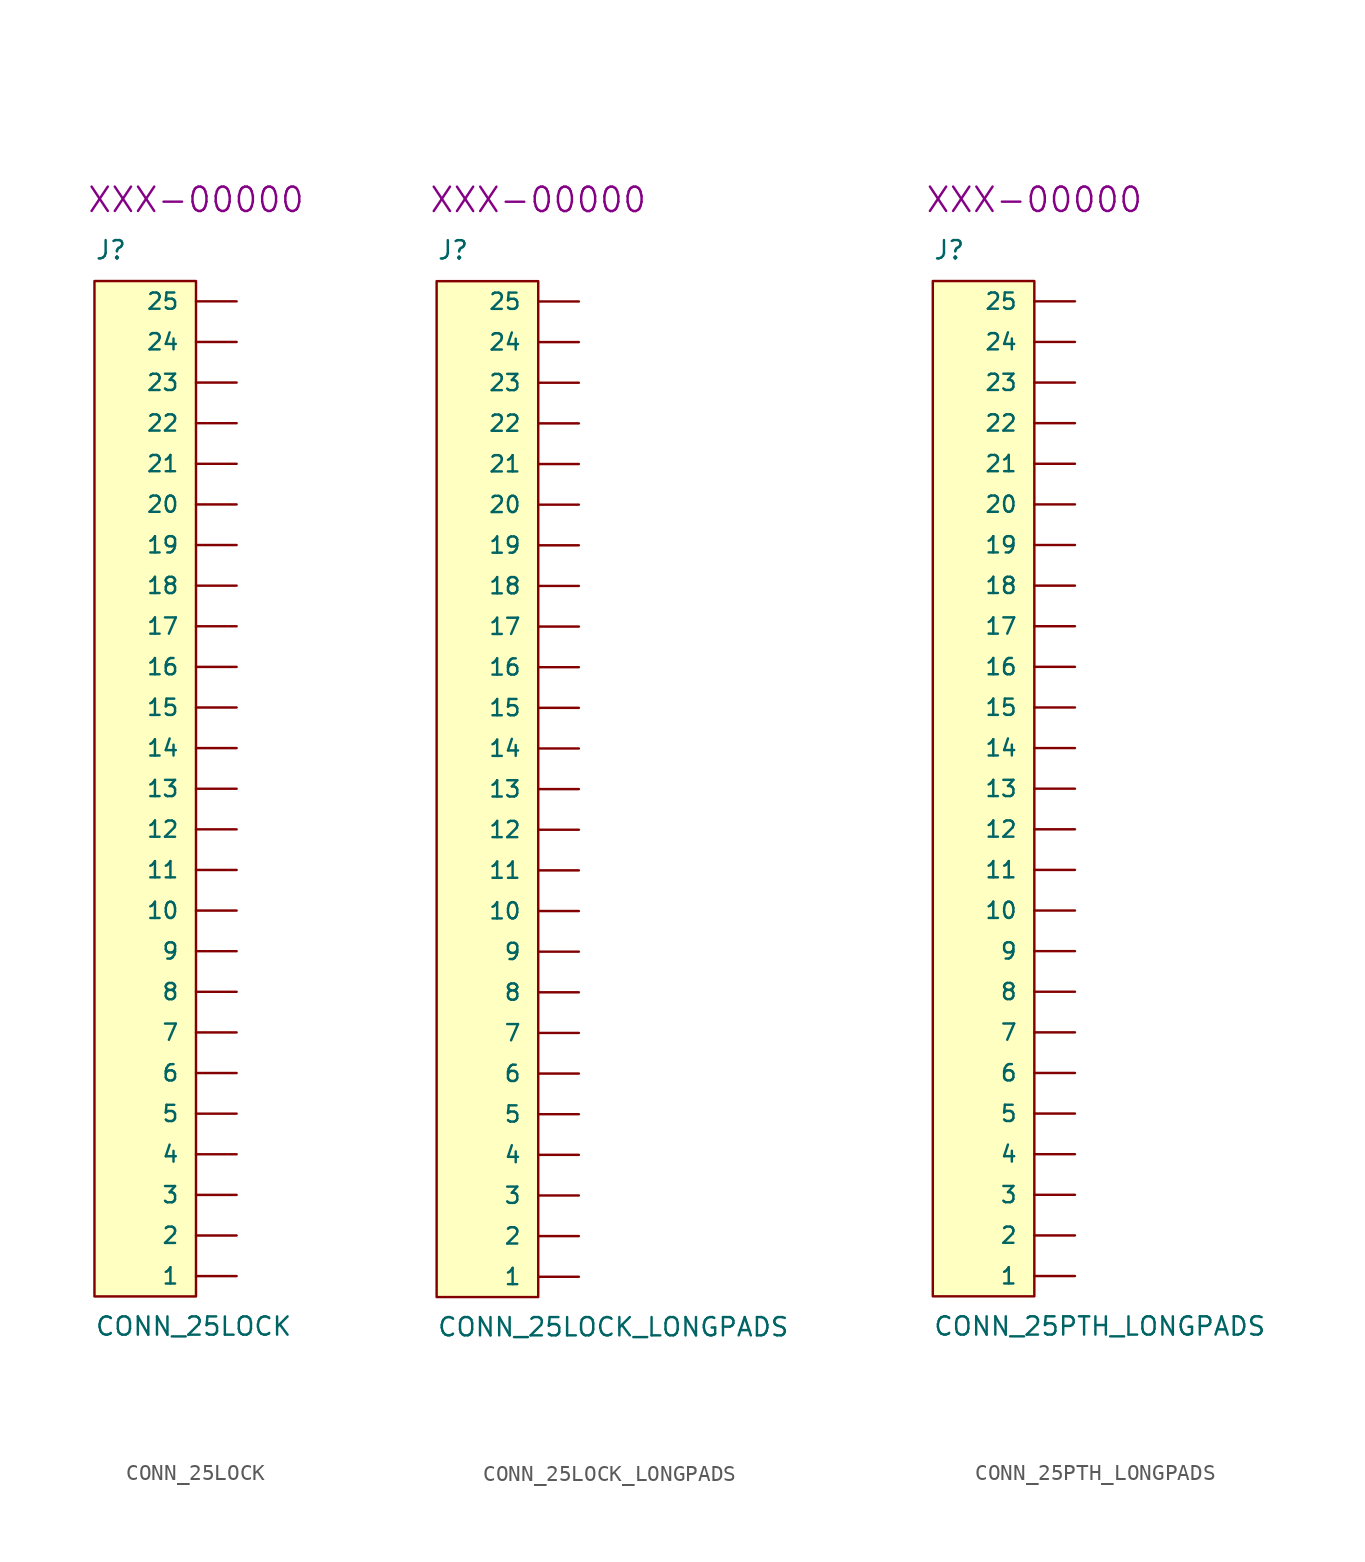
<source format=kicad_sym>
(kicad_symbol_lib
  (version 20201005)
  (generator kicad_symbol_editor)
  (symbol "CONN_25LOCK"
    (pin_numbers hide)
    (pin_names
      (offset 1.016))
    (property "Reference" "J"
      (at -6.35 63.5 0)
      (effects (font (size 1.143 1.143)) (justify left bottom)))
    (property "Value" "CONN_25LOCK"
      (at -6.35 -3.81 0)
      (effects (font (size 1.143 1.143)) (justify left bottom)))
    (property "Field4" "XXX-00000"
      (at 0 67.31 0)
      (effects (font (size 1.524 1.524))))
    (property "ki_locked" ""
      (at 0 0 0)
      (effects (font (size 1.27 1.27))))
    (symbol "CONN_25LOCK_0_1"
      (rectangle (start 0 -1.27) (end -6.35 62.23) (stroke (width 0)) (fill (type background))))
    (symbol "CONN_25LOCK_1_1"
      (pin passive line (at 2.54 0 180) (length 2.54) (name "1" (effects (font (size 1.016 1.016)))) (number "1" (effects (font (size 1.016 1.016)))))
      (pin passive line (at 2.54 2.54 180) (length 2.54) (name "2" (effects (font (size 1.016 1.016)))) (number "2" (effects (font (size 1.016 1.016)))))
      (pin passive line (at 2.54 5.08 180) (length 2.54) (name "3" (effects (font (size 1.016 1.016)))) (number "3" (effects (font (size 1.016 1.016)))))
      (pin passive line (at 2.54 7.62 180) (length 2.54) (name "4" (effects (font (size 1.016 1.016)))) (number "4" (effects (font (size 1.016 1.016)))))
      (pin passive line (at 2.54 10.16 180) (length 2.54) (name "5" (effects (font (size 1.016 1.016)))) (number "5" (effects (font (size 1.016 1.016)))))
      (pin passive line (at 2.54 12.7 180) (length 2.54) (name "6" (effects (font (size 1.016 1.016)))) (number "6" (effects (font (size 1.016 1.016)))))
      (pin passive line (at 2.54 15.24 180) (length 2.54) (name "7" (effects (font (size 1.016 1.016)))) (number "7" (effects (font (size 1.016 1.016)))))
      (pin passive line (at 2.54 17.78 180) (length 2.54) (name "8" (effects (font (size 1.016 1.016)))) (number "8" (effects (font (size 1.016 1.016)))))
      (pin passive line (at 2.54 20.32 180) (length 2.54) (name "9" (effects (font (size 1.016 1.016)))) (number "9" (effects (font (size 1.016 1.016)))))
      (pin passive line (at 2.54 22.86 180) (length 2.54) (name "10" (effects (font (size 1.016 1.016)))) (number "10" (effects (font (size 1.016 1.016)))))
      (pin passive line (at 2.54 48.26 180) (length 2.54) (name "20" (effects (font (size 1.016 1.016)))) (number "20" (effects (font (size 1.016 1.016)))))
      (pin passive line (at 2.54 25.4 180) (length 2.54) (name "11" (effects (font (size 1.016 1.016)))) (number "11" (effects (font (size 1.016 1.016)))))
      (pin passive line (at 2.54 50.8 180) (length 2.54) (name "21" (effects (font (size 1.016 1.016)))) (number "21" (effects (font (size 1.016 1.016)))))
      (pin passive line (at 2.54 27.94 180) (length 2.54) (name "12" (effects (font (size 1.016 1.016)))) (number "12" (effects (font (size 1.016 1.016)))))
      (pin passive line (at 2.54 53.34 180) (length 2.54) (name "22" (effects (font (size 1.016 1.016)))) (number "22" (effects (font (size 1.016 1.016)))))
      (pin passive line (at 2.54 30.48 180) (length 2.54) (name "13" (effects (font (size 1.016 1.016)))) (number "13" (effects (font (size 1.016 1.016)))))
      (pin passive line (at 2.54 55.88 180) (length 2.54) (name "23" (effects (font (size 1.016 1.016)))) (number "23" (effects (font (size 1.016 1.016)))))
      (pin passive line (at 2.54 33.02 180) (length 2.54) (name "14" (effects (font (size 1.016 1.016)))) (number "14" (effects (font (size 1.016 1.016)))))
      (pin passive line (at 2.54 58.42 180) (length 2.54) (name "24" (effects (font (size 1.016 1.016)))) (number "24" (effects (font (size 1.016 1.016)))))
      (pin passive line (at 2.54 35.56 180) (length 2.54) (name "15" (effects (font (size 1.016 1.016)))) (number "15" (effects (font (size 1.016 1.016)))))
      (pin passive line (at 2.54 60.96 180) (length 2.54) (name "25" (effects (font (size 1.016 1.016)))) (number "25" (effects (font (size 1.016 1.016)))))
      (pin passive line (at 2.54 38.1 180) (length 2.54) (name "16" (effects (font (size 1.016 1.016)))) (number "16" (effects (font (size 1.016 1.016)))))
      (pin passive line (at 2.54 40.64 180) (length 2.54) (name "17" (effects (font (size 1.016 1.016)))) (number "17" (effects (font (size 1.016 1.016)))))
      (pin passive line (at 2.54 43.18 180) (length 2.54) (name "18" (effects (font (size 1.016 1.016)))) (number "18" (effects (font (size 1.016 1.016)))))
      (pin passive line (at 2.54 45.72 180) (length 2.54) (name "19" (effects (font (size 1.016 1.016)))) (number "19" (effects (font (size 1.016 1.016)))))))
  (symbol "CONN_25LOCK_LONGPADS"
    (pin_numbers hide)
    (pin_names
      (offset 1.016))
    (property "Reference" "J"
      (at -6.35 63.5 0)
      (effects (font (size 1.143 1.143)) (justify left bottom)))
    (property "Value" "CONN_25LOCK_LONGPADS"
      (at -6.35 -3.81 0)
      (effects (font (size 1.143 1.143)) (justify left bottom)))
    (property "Field4" "XXX-00000"
      (at 0 67.31 0)
      (effects (font (size 1.524 1.524))))
    (property "ki_locked" ""
      (at 0 0 0)
      (effects (font (size 1.27 1.27))))
    (symbol "CONN_25LOCK_LONGPADS_0_1"
      (rectangle (start 0 -1.27) (end -6.35 62.23) (stroke (width 0)) (fill (type background))))
    (symbol "CONN_25LOCK_LONGPADS_1_1"
      (pin passive line (at 2.54 0 180) (length 2.54) (name "1" (effects (font (size 1.016 1.016)))) (number "1" (effects (font (size 1.016 1.016)))))
      (pin passive line (at 2.54 2.54 180) (length 2.54) (name "2" (effects (font (size 1.016 1.016)))) (number "2" (effects (font (size 1.016 1.016)))))
      (pin passive line (at 2.54 5.08 180) (length 2.54) (name "3" (effects (font (size 1.016 1.016)))) (number "3" (effects (font (size 1.016 1.016)))))
      (pin passive line (at 2.54 7.62 180) (length 2.54) (name "4" (effects (font (size 1.016 1.016)))) (number "4" (effects (font (size 1.016 1.016)))))
      (pin passive line (at 2.54 10.16 180) (length 2.54) (name "5" (effects (font (size 1.016 1.016)))) (number "5" (effects (font (size 1.016 1.016)))))
      (pin passive line (at 2.54 12.7 180) (length 2.54) (name "6" (effects (font (size 1.016 1.016)))) (number "6" (effects (font (size 1.016 1.016)))))
      (pin passive line (at 2.54 15.24 180) (length 2.54) (name "7" (effects (font (size 1.016 1.016)))) (number "7" (effects (font (size 1.016 1.016)))))
      (pin passive line (at 2.54 17.78 180) (length 2.54) (name "8" (effects (font (size 1.016 1.016)))) (number "8" (effects (font (size 1.016 1.016)))))
      (pin passive line (at 2.54 20.32 180) (length 2.54) (name "9" (effects (font (size 1.016 1.016)))) (number "9" (effects (font (size 1.016 1.016)))))
      (pin passive line (at 2.54 22.86 180) (length 2.54) (name "10" (effects (font (size 1.016 1.016)))) (number "10" (effects (font (size 1.016 1.016)))))
      (pin passive line (at 2.54 48.26 180) (length 2.54) (name "20" (effects (font (size 1.016 1.016)))) (number "20" (effects (font (size 1.016 1.016)))))
      (pin passive line (at 2.54 25.4 180) (length 2.54) (name "11" (effects (font (size 1.016 1.016)))) (number "11" (effects (font (size 1.016 1.016)))))
      (pin passive line (at 2.54 50.8 180) (length 2.54) (name "21" (effects (font (size 1.016 1.016)))) (number "21" (effects (font (size 1.016 1.016)))))
      (pin passive line (at 2.54 27.94 180) (length 2.54) (name "12" (effects (font (size 1.016 1.016)))) (number "12" (effects (font (size 1.016 1.016)))))
      (pin passive line (at 2.54 53.34 180) (length 2.54) (name "22" (effects (font (size 1.016 1.016)))) (number "22" (effects (font (size 1.016 1.016)))))
      (pin passive line (at 2.54 30.48 180) (length 2.54) (name "13" (effects (font (size 1.016 1.016)))) (number "13" (effects (font (size 1.016 1.016)))))
      (pin passive line (at 2.54 55.88 180) (length 2.54) (name "23" (effects (font (size 1.016 1.016)))) (number "23" (effects (font (size 1.016 1.016)))))
      (pin passive line (at 2.54 33.02 180) (length 2.54) (name "14" (effects (font (size 1.016 1.016)))) (number "14" (effects (font (size 1.016 1.016)))))
      (pin passive line (at 2.54 58.42 180) (length 2.54) (name "24" (effects (font (size 1.016 1.016)))) (number "24" (effects (font (size 1.016 1.016)))))
      (pin passive line (at 2.54 35.56 180) (length 2.54) (name "15" (effects (font (size 1.016 1.016)))) (number "15" (effects (font (size 1.016 1.016)))))
      (pin passive line (at 2.54 60.96 180) (length 2.54) (name "25" (effects (font (size 1.016 1.016)))) (number "25" (effects (font (size 1.016 1.016)))))
      (pin passive line (at 2.54 38.1 180) (length 2.54) (name "16" (effects (font (size 1.016 1.016)))) (number "16" (effects (font (size 1.016 1.016)))))
      (pin passive line (at 2.54 40.64 180) (length 2.54) (name "17" (effects (font (size 1.016 1.016)))) (number "17" (effects (font (size 1.016 1.016)))))
      (pin passive line (at 2.54 43.18 180) (length 2.54) (name "18" (effects (font (size 1.016 1.016)))) (number "18" (effects (font (size 1.016 1.016)))))
      (pin passive line (at 2.54 45.72 180) (length 2.54) (name "19" (effects (font (size 1.016 1.016)))) (number "19" (effects (font (size 1.016 1.016)))))))
  (symbol "CONN_25PTH_LONGPADS"
    (pin_numbers hide)
    (pin_names
      (offset 1.016))
    (property "Reference" "J"
      (at -6.35 63.5 0)
      (effects (font (size 1.143 1.143)) (justify left bottom)))
    (property "Value" "CONN_25PTH_LONGPADS"
      (at -6.35 -3.81 0)
      (effects (font (size 1.143 1.143)) (justify left bottom)))
    (property "Field4" "XXX-00000"
      (at 0 67.31 0)
      (effects (font (size 1.524 1.524))))
    (property "ki_locked" ""
      (at 0 0 0)
      (effects (font (size 1.27 1.27))))
    (symbol "CONN_25PTH_LONGPADS_0_1"
      (rectangle (start 0 -1.27) (end -6.35 62.23) (stroke (width 0)) (fill (type background))))
    (symbol "CONN_25PTH_LONGPADS_1_1"
      (pin passive line (at 2.54 0 180) (length 2.54) (name "1" (effects (font (size 1.016 1.016)))) (number "1" (effects (font (size 1.016 1.016)))))
      (pin passive line (at 2.54 2.54 180) (length 2.54) (name "2" (effects (font (size 1.016 1.016)))) (number "2" (effects (font (size 1.016 1.016)))))
      (pin passive line (at 2.54 5.08 180) (length 2.54) (name "3" (effects (font (size 1.016 1.016)))) (number "3" (effects (font (size 1.016 1.016)))))
      (pin passive line (at 2.54 7.62 180) (length 2.54) (name "4" (effects (font (size 1.016 1.016)))) (number "4" (effects (font (size 1.016 1.016)))))
      (pin passive line (at 2.54 10.16 180) (length 2.54) (name "5" (effects (font (size 1.016 1.016)))) (number "5" (effects (font (size 1.016 1.016)))))
      (pin passive line (at 2.54 12.7 180) (length 2.54) (name "6" (effects (font (size 1.016 1.016)))) (number "6" (effects (font (size 1.016 1.016)))))
      (pin passive line (at 2.54 15.24 180) (length 2.54) (name "7" (effects (font (size 1.016 1.016)))) (number "7" (effects (font (size 1.016 1.016)))))
      (pin passive line (at 2.54 17.78 180) (length 2.54) (name "8" (effects (font (size 1.016 1.016)))) (number "8" (effects (font (size 1.016 1.016)))))
      (pin passive line (at 2.54 20.32 180) (length 2.54) (name "9" (effects (font (size 1.016 1.016)))) (number "9" (effects (font (size 1.016 1.016)))))
      (pin passive line (at 2.54 22.86 180) (length 2.54) (name "10" (effects (font (size 1.016 1.016)))) (number "10" (effects (font (size 1.016 1.016)))))
      (pin passive line (at 2.54 48.26 180) (length 2.54) (name "20" (effects (font (size 1.016 1.016)))) (number "20" (effects (font (size 1.016 1.016)))))
      (pin passive line (at 2.54 25.4 180) (length 2.54) (name "11" (effects (font (size 1.016 1.016)))) (number "11" (effects (font (size 1.016 1.016)))))
      (pin passive line (at 2.54 50.8 180) (length 2.54) (name "21" (effects (font (size 1.016 1.016)))) (number "21" (effects (font (size 1.016 1.016)))))
      (pin passive line (at 2.54 27.94 180) (length 2.54) (name "12" (effects (font (size 1.016 1.016)))) (number "12" (effects (font (size 1.016 1.016)))))
      (pin passive line (at 2.54 53.34 180) (length 2.54) (name "22" (effects (font (size 1.016 1.016)))) (number "22" (effects (font (size 1.016 1.016)))))
      (pin passive line (at 2.54 30.48 180) (length 2.54) (name "13" (effects (font (size 1.016 1.016)))) (number "13" (effects (font (size 1.016 1.016)))))
      (pin passive line (at 2.54 55.88 180) (length 2.54) (name "23" (effects (font (size 1.016 1.016)))) (number "23" (effects (font (size 1.016 1.016)))))
      (pin passive line (at 2.54 33.02 180) (length 2.54) (name "14" (effects (font (size 1.016 1.016)))) (number "14" (effects (font (size 1.016 1.016)))))
      (pin passive line (at 2.54 58.42 180) (length 2.54) (name "24" (effects (font (size 1.016 1.016)))) (number "24" (effects (font (size 1.016 1.016)))))
      (pin passive line (at 2.54 35.56 180) (length 2.54) (name "15" (effects (font (size 1.016 1.016)))) (number "15" (effects (font (size 1.016 1.016)))))
      (pin passive line (at 2.54 60.96 180) (length 2.54) (name "25" (effects (font (size 1.016 1.016)))) (number "25" (effects (font (size 1.016 1.016)))))
      (pin passive line (at 2.54 38.1 180) (length 2.54) (name "16" (effects (font (size 1.016 1.016)))) (number "16" (effects (font (size 1.016 1.016)))))
      (pin passive line (at 2.54 40.64 180) (length 2.54) (name "17" (effects (font (size 1.016 1.016)))) (number "17" (effects (font (size 1.016 1.016)))))
      (pin passive line (at 2.54 43.18 180) (length 2.54) (name "18" (effects (font (size 1.016 1.016)))) (number "18" (effects (font (size 1.016 1.016)))))
      (pin passive line (at 2.54 45.72 180) (length 2.54) (name "19" (effects (font (size 1.016 1.016)))) (number "19" (effects (font (size 1.016 1.016))))))))
</source>
